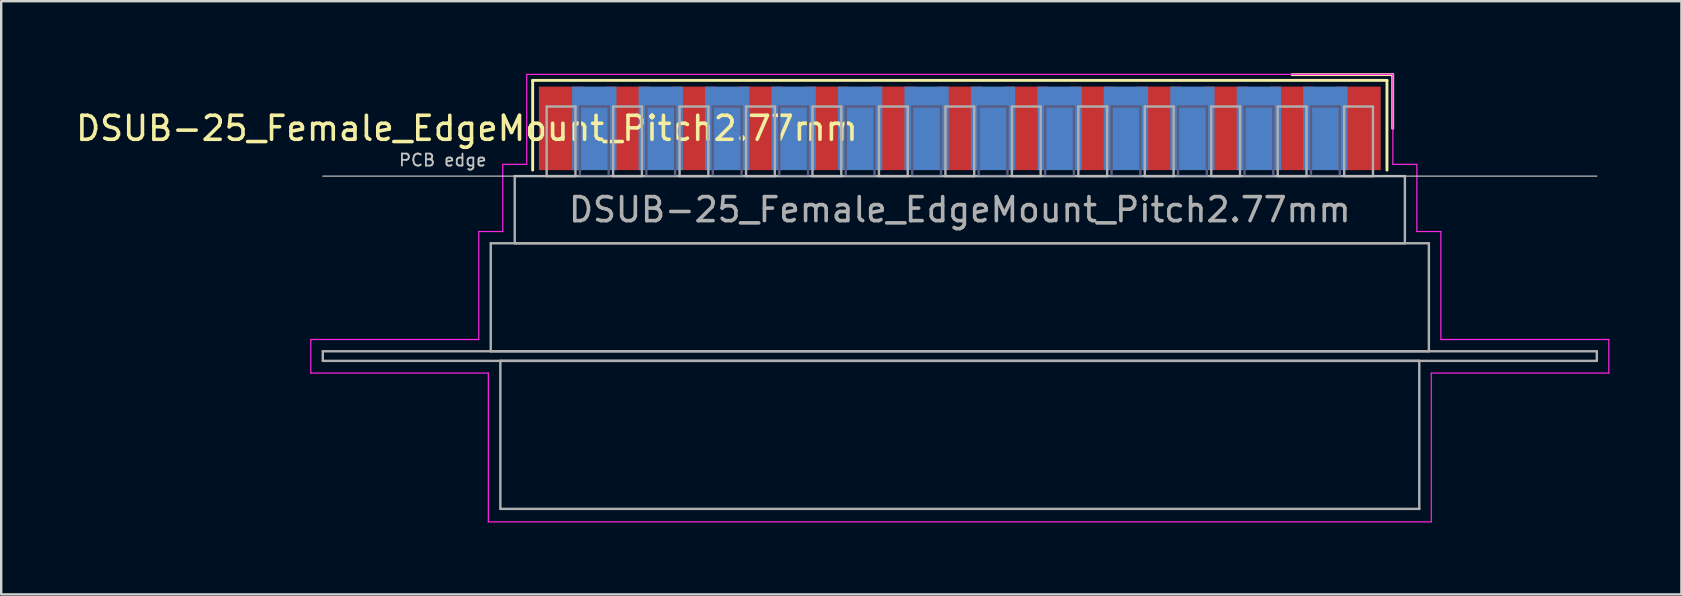
<source format=kicad_pcb>
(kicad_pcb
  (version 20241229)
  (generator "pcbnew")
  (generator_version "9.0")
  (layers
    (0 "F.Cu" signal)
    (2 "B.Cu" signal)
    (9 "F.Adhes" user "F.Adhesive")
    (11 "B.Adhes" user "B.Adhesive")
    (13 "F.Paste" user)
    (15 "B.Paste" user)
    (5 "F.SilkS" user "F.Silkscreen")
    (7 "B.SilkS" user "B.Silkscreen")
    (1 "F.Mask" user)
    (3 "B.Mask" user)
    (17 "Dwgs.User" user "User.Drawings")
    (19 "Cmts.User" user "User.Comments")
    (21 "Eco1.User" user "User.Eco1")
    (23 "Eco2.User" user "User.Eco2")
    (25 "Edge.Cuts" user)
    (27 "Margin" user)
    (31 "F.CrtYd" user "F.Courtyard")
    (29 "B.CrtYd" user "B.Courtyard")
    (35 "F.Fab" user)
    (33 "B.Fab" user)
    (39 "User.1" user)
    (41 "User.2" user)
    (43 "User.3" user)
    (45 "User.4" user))
  (footprint "DSUB-25_Female_EdgeMount_Pitch2.77mm"
    (layer "F.Cu")
    (at 36.954 2.3)
    (property "Reference" "DSUB-25_Female_EdgeMount_Pitch2.77mm" (at -20.543 0 0) (layer "F.SilkS") (effects (font (size 1 1) (thickness 0.15))))
    (attr smd)
    (fp_line (start -17.803 -2) (end -17.803 1.74) (stroke (width 0.12) (type solid)) (layer "F.SilkS"))
    (fp_line (start 17.803 -2) (end -17.803 -2) (stroke (width 0.12) (type solid)) (layer "F.SilkS"))
    (fp_line (start 17.803 1.74) (end 17.803 -2) (stroke (width 0.12) (type solid)) (layer "F.SilkS"))
    (fp_line (start 18.043 -2.24) (end 13.85 -2.24) (stroke (width 0.12) (type solid)) (layer "F.SilkS"))
    (fp_line (start 18.043 0) (end 18.043 -2.24) (stroke (width 0.12) (type solid)) (layer "F.SilkS"))
    (fp_line (start -26.55 1.99) (end 26.55 1.99) (stroke (width 0.05) (type solid)) (layer "Dwgs.User"))
    (fp_line (start -27.05 8.8) (end -20.05 8.8) (stroke (width 0.05) (type solid)) (layer "F.CrtYd"))
    (fp_line (start -27.05 10.2) (end -27.05 8.8) (stroke (width 0.05) (type solid)) (layer "F.CrtYd"))
    (fp_line (start -20.05 4.3) (end -19.05 4.3) (stroke (width 0.05) (type solid)) (layer "F.CrtYd"))
    (fp_line (start -20.05 8.8) (end -20.05 4.3) (stroke (width 0.05) (type solid)) (layer "F.CrtYd"))
    (fp_line (start -19.65 10.2) (end -27.05 10.2) (stroke (width 0.05) (type solid)) (layer "F.CrtYd"))
    (fp_line (start -19.65 16.4) (end -19.65 10.2) (stroke (width 0.05) (type solid)) (layer "F.CrtYd"))
    (fp_line (start -19.05 1.5) (end -18.05 1.5) (stroke (width 0.05) (type solid)) (layer "F.CrtYd"))
    (fp_line (start -19.05 4.3) (end -19.05 1.5) (stroke (width 0.05) (type solid)) (layer "F.CrtYd"))
    (fp_line (start -18.05 -2.25) (end 18.05 -2.25) (stroke (width 0.05) (type solid)) (layer "F.CrtYd"))
    (fp_line (start -18.05 1.5) (end -18.05 -2.25) (stroke (width 0.05) (type solid)) (layer "F.CrtYd"))
    (fp_line (start 18.05 -2.25) (end 18.05 1.5) (stroke (width 0.05) (type solid)) (layer "F.CrtYd"))
    (fp_line (start 18.05 1.5) (end 19.05 1.5) (stroke (width 0.05) (type solid)) (layer "F.CrtYd"))
    (fp_line (start 19.05 1.5) (end 19.05 4.3) (stroke (width 0.05) (type solid)) (layer "F.CrtYd"))
    (fp_line (start 19.05 4.3) (end 20.05 4.3) (stroke (width 0.05) (type solid)) (layer "F.CrtYd"))
    (fp_line (start 19.65 10.2) (end 19.65 16.4) (stroke (width 0.05) (type solid)) (layer "F.CrtYd"))
    (fp_line (start 19.65 16.4) (end -19.65 16.4) (stroke (width 0.05) (type solid)) (layer "F.CrtYd"))
    (fp_line (start 20.05 4.3) (end 20.05 8.8) (stroke (width 0.05) (type solid)) (layer "F.CrtYd"))
    (fp_line (start 20.05 8.8) (end 27.05 8.8) (stroke (width 0.05) (type solid)) (layer "F.CrtYd"))
    (fp_line (start 27.05 8.8) (end 27.05 10.2) (stroke (width 0.05) (type solid)) (layer "F.CrtYd"))
    (fp_line (start 27.05 10.2) (end 19.65 10.2) (stroke (width 0.05) (type solid)) (layer "F.CrtYd"))
    (fp_line (start -15.835 -0.91) (end -15.835 1.99) (stroke (width 0.1) (type solid)) (layer "B.Fab"))
    (fp_line (start -15.835 1.99) (end -14.635 1.99) (stroke (width 0.1) (type solid)) (layer "B.Fab"))
    (fp_line (start -14.635 -0.91) (end -15.835 -0.91) (stroke (width 0.1) (type solid)) (layer "B.Fab"))
    (fp_line (start -14.635 1.99) (end -14.635 -0.91) (stroke (width 0.1) (type solid)) (layer "B.Fab"))
    (fp_line (start -13.065 -0.91) (end -13.065 1.99) (stroke (width 0.1) (type solid)) (layer "B.Fab"))
    (fp_line (start -13.065 1.99) (end -11.865 1.99) (stroke (width 0.1) (type solid)) (layer "B.Fab"))
    (fp_line (start -11.865 -0.91) (end -13.065 -0.91) (stroke (width 0.1) (type solid)) (layer "B.Fab"))
    (fp_line (start -11.865 1.99) (end -11.865 -0.91) (stroke (width 0.1) (type solid)) (layer "B.Fab"))
    (fp_line (start -10.295 -0.91) (end -10.295 1.99) (stroke (width 0.1) (type solid)) (layer "B.Fab"))
    (fp_line (start -10.295 1.99) (end -9.095 1.99) (stroke (width 0.1) (type solid)) (layer "B.Fab"))
    (fp_line (start -9.095 -0.91) (end -10.295 -0.91) (stroke (width 0.1) (type solid)) (layer "B.Fab"))
    (fp_line (start -9.095 1.99) (end -9.095 -0.91) (stroke (width 0.1) (type solid)) (layer "B.Fab"))
    (fp_line (start -7.525 -0.91) (end -7.525 1.99) (stroke (width 0.1) (type solid)) (layer "B.Fab"))
    (fp_line (start -7.525 1.99) (end -6.325 1.99) (stroke (width 0.1) (type solid)) (layer "B.Fab"))
    (fp_line (start -6.325 -0.91) (end -7.525 -0.91) (stroke (width 0.1) (type solid)) (layer "B.Fab"))
    (fp_line (start -6.325 1.99) (end -6.325 -0.91) (stroke (width 0.1) (type solid)) (layer "B.Fab"))
    (fp_line (start -4.755 -0.91) (end -4.755 1.99) (stroke (width 0.1) (type solid)) (layer "B.Fab"))
    (fp_line (start -4.755 1.99) (end -3.555 1.99) (stroke (width 0.1) (type solid)) (layer "B.Fab"))
    (fp_line (start -3.555 -0.91) (end -4.755 -0.91) (stroke (width 0.1) (type solid)) (layer "B.Fab"))
    (fp_line (start -3.555 1.99) (end -3.555 -0.91) (stroke (width 0.1) (type solid)) (layer "B.Fab"))
    (fp_line (start -1.985 -0.91) (end -1.985 1.99) (stroke (width 0.1) (type solid)) (layer "B.Fab"))
    (fp_line (start -1.985 1.99) (end -0.785 1.99) (stroke (width 0.1) (type solid)) (layer "B.Fab"))
    (fp_line (start -0.785 -0.91) (end -1.985 -0.91) (stroke (width 0.1) (type solid)) (layer "B.Fab"))
    (fp_line (start -0.785 1.99) (end -0.785 -0.91) (stroke (width 0.1) (type solid)) (layer "B.Fab"))
    (fp_line (start 0.785 -0.91) (end 0.785 1.99) (stroke (width 0.1) (type solid)) (layer "B.Fab"))
    (fp_line (start 0.785 1.99) (end 1.985 1.99) (stroke (width 0.1) (type solid)) (layer "B.Fab"))
    (fp_line (start 1.985 -0.91) (end 0.785 -0.91) (stroke (width 0.1) (type solid)) (layer "B.Fab"))
    (fp_line (start 1.985 1.99) (end 1.985 -0.91) (stroke (width 0.1) (type solid)) (layer "B.Fab"))
    (fp_line (start 3.555 -0.91) (end 3.555 1.99) (stroke (width 0.1) (type solid)) (layer "B.Fab"))
    (fp_line (start 3.555 1.99) (end 4.755 1.99) (stroke (width 0.1) (type solid)) (layer "B.Fab"))
    (fp_line (start 4.755 -0.91) (end 3.555 -0.91) (stroke (width 0.1) (type solid)) (layer "B.Fab"))
    (fp_line (start 4.755 1.99) (end 4.755 -0.91) (stroke (width 0.1) (type solid)) (layer "B.Fab"))
    (fp_line (start 6.325 -0.91) (end 6.325 1.99) (stroke (width 0.1) (type solid)) (layer "B.Fab"))
    (fp_line (start 6.325 1.99) (end 7.525 1.99) (stroke (width 0.1) (type solid)) (layer "B.Fab"))
    (fp_line (start 7.525 -0.91) (end 6.325 -0.91) (stroke (width 0.1) (type solid)) (layer "B.Fab"))
    (fp_line (start 7.525 1.99) (end 7.525 -0.91) (stroke (width 0.1) (type solid)) (layer "B.Fab"))
    (fp_line (start 9.095 -0.91) (end 9.095 1.99) (stroke (width 0.1) (type solid)) (layer "B.Fab"))
    (fp_line (start 9.095 1.99) (end 10.295 1.99) (stroke (width 0.1) (type solid)) (layer "B.Fab"))
    (fp_line (start 10.295 -0.91) (end 9.095 -0.91) (stroke (width 0.1) (type solid)) (layer "B.Fab"))
    (fp_line (start 10.295 1.99) (end 10.295 -0.91) (stroke (width 0.1) (type solid)) (layer "B.Fab"))
    (fp_line (start 11.865 -0.91) (end 11.865 1.99) (stroke (width 0.1) (type solid)) (layer "B.Fab"))
    (fp_line (start 11.865 1.99) (end 13.065 1.99) (stroke (width 0.1) (type solid)) (layer "B.Fab"))
    (fp_line (start 13.065 -0.91) (end 11.865 -0.91) (stroke (width 0.1) (type solid)) (layer "B.Fab"))
    (fp_line (start 13.065 1.99) (end 13.065 -0.91) (stroke (width 0.1) (type solid)) (layer "B.Fab"))
    (fp_line (start 14.635 -0.91) (end 14.635 1.99) (stroke (width 0.1) (type solid)) (layer "B.Fab"))
    (fp_line (start 14.635 1.99) (end 15.835 1.99) (stroke (width 0.1) (type solid)) (layer "B.Fab"))
    (fp_line (start 15.835 -0.91) (end 14.635 -0.91) (stroke (width 0.1) (type solid)) (layer "B.Fab"))
    (fp_line (start 15.835 1.99) (end 15.835 -0.91) (stroke (width 0.1) (type solid)) (layer "B.Fab"))
    (fp_line (start -26.55 9.29) (end -26.55 9.69) (stroke (width 0.1) (type solid)) (layer "F.Fab"))
    (fp_line (start -26.55 9.69) (end 26.55 9.69) (stroke (width 0.1) (type solid)) (layer "F.Fab"))
    (fp_line (start -19.55 4.79) (end -19.55 9.29) (stroke (width 0.1) (type solid)) (layer "F.Fab"))
    (fp_line (start -19.55 9.29) (end 19.55 9.29) (stroke (width 0.1) (type solid)) (layer "F.Fab"))
    (fp_line (start -19.15 9.69) (end -19.15 15.86) (stroke (width 0.1) (type solid)) (layer "F.Fab"))
    (fp_line (start -19.15 15.86) (end 19.15 15.86) (stroke (width 0.1) (type solid)) (layer "F.Fab"))
    (fp_line (start -18.55 1.99) (end -18.55 4.79) (stroke (width 0.1) (type solid)) (layer "F.Fab"))
    (fp_line (start -18.55 4.79) (end 18.55 4.79) (stroke (width 0.1) (type solid)) (layer "F.Fab"))
    (fp_line (start -17.22 -0.91) (end -17.22 1.99) (stroke (width 0.1) (type solid)) (layer "F.Fab"))
    (fp_line (start -17.22 1.99) (end -16.02 1.99) (stroke (width 0.1) (type solid)) (layer "F.Fab"))
    (fp_line (start -16.02 -0.91) (end -17.22 -0.91) (stroke (width 0.1) (type solid)) (layer "F.Fab"))
    (fp_line (start -16.02 1.99) (end -16.02 -0.91) (stroke (width 0.1) (type solid)) (layer "F.Fab"))
    (fp_line (start -14.45 -0.91) (end -14.45 1.99) (stroke (width 0.1) (type solid)) (layer "F.Fab"))
    (fp_line (start -14.45 1.99) (end -13.25 1.99) (stroke (width 0.1) (type solid)) (layer "F.Fab"))
    (fp_line (start -13.25 -0.91) (end -14.45 -0.91) (stroke (width 0.1) (type solid)) (layer "F.Fab"))
    (fp_line (start -13.25 1.99) (end -13.25 -0.91) (stroke (width 0.1) (type solid)) (layer "F.Fab"))
    (fp_line (start -11.68 -0.91) (end -11.68 1.99) (stroke (width 0.1) (type solid)) (layer "F.Fab"))
    (fp_line (start -11.68 1.99) (end -10.48 1.99) (stroke (width 0.1) (type solid)) (layer "F.Fab"))
    (fp_line (start -10.48 -0.91) (end -11.68 -0.91) (stroke (width 0.1) (type solid)) (layer "F.Fab"))
    (fp_line (start -10.48 1.99) (end -10.48 -0.91) (stroke (width 0.1) (type solid)) (layer "F.Fab"))
    (fp_line (start -8.91 -0.91) (end -8.91 1.99) (stroke (width 0.1) (type solid)) (layer "F.Fab"))
    (fp_line (start -8.91 1.99) (end -7.71 1.99) (stroke (width 0.1) (type solid)) (layer "F.Fab"))
    (fp_line (start -7.71 -0.91) (end -8.91 -0.91) (stroke (width 0.1) (type solid)) (layer "F.Fab"))
    (fp_line (start -7.71 1.99) (end -7.71 -0.91) (stroke (width 0.1) (type solid)) (layer "F.Fab"))
    (fp_line (start -6.14 -0.91) (end -6.14 1.99) (stroke (width 0.1) (type solid)) (layer "F.Fab"))
    (fp_line (start -6.14 1.99) (end -4.94 1.99) (stroke (width 0.1) (type solid)) (layer "F.Fab"))
    (fp_line (start -4.94 -0.91) (end -6.14 -0.91) (stroke (width 0.1) (type solid)) (layer "F.Fab"))
    (fp_line (start -4.94 1.99) (end -4.94 -0.91) (stroke (width 0.1) (type solid)) (layer "F.Fab"))
    (fp_line (start -3.37 -0.91) (end -3.37 1.99) (stroke (width 0.1) (type solid)) (layer "F.Fab"))
    (fp_line (start -3.37 1.99) (end -2.17 1.99) (stroke (width 0.1) (type solid)) (layer "F.Fab"))
    (fp_line (start -2.17 -0.91) (end -3.37 -0.91) (stroke (width 0.1) (type solid)) (layer "F.Fab"))
    (fp_line (start -2.17 1.99) (end -2.17 -0.91) (stroke (width 0.1) (type solid)) (layer "F.Fab"))
    (fp_line (start -0.6 -0.91) (end -0.6 1.99) (stroke (width 0.1) (type solid)) (layer "F.Fab"))
    (fp_line (start -0.6 1.99) (end 0.6 1.99) (stroke (width 0.1) (type solid)) (layer "F.Fab"))
    (fp_line (start 0.6 -0.91) (end -0.6 -0.91) (stroke (width 0.1) (type solid)) (layer "F.Fab"))
    (fp_line (start 0.6 1.99) (end 0.6 -0.91) (stroke (width 0.1) (type solid)) (layer "F.Fab"))
    (fp_line (start 2.17 -0.91) (end 2.17 1.99) (stroke (width 0.1) (type solid)) (layer "F.Fab"))
    (fp_line (start 2.17 1.99) (end 3.37 1.99) (stroke (width 0.1) (type solid)) (layer "F.Fab"))
    (fp_line (start 3.37 -0.91) (end 2.17 -0.91) (stroke (width 0.1) (type solid)) (layer "F.Fab"))
    (fp_line (start 3.37 1.99) (end 3.37 -0.91) (stroke (width 0.1) (type solid)) (layer "F.Fab"))
    (fp_line (start 4.94 -0.91) (end 4.94 1.99) (stroke (width 0.1) (type solid)) (layer "F.Fab"))
    (fp_line (start 4.94 1.99) (end 6.14 1.99) (stroke (width 0.1) (type solid)) (layer "F.Fab"))
    (fp_line (start 6.14 -0.91) (end 4.94 -0.91) (stroke (width 0.1) (type solid)) (layer "F.Fab"))
    (fp_line (start 6.14 1.99) (end 6.14 -0.91) (stroke (width 0.1) (type solid)) (layer "F.Fab"))
    (fp_line (start 7.71 -0.91) (end 7.71 1.99) (stroke (width 0.1) (type solid)) (layer "F.Fab"))
    (fp_line (start 7.71 1.99) (end 8.91 1.99) (stroke (width 0.1) (type solid)) (layer "F.Fab"))
    (fp_line (start 8.91 -0.91) (end 7.71 -0.91) (stroke (width 0.1) (type solid)) (layer "F.Fab"))
    (fp_line (start 8.91 1.99) (end 8.91 -0.91) (stroke (width 0.1) (type solid)) (layer "F.Fab"))
    (fp_line (start 10.48 -0.91) (end 10.48 1.99) (stroke (width 0.1) (type solid)) (layer "F.Fab"))
    (fp_line (start 10.48 1.99) (end 11.68 1.99) (stroke (width 0.1) (type solid)) (layer "F.Fab"))
    (fp_line (start 11.68 -0.91) (end 10.48 -0.91) (stroke (width 0.1) (type solid)) (layer "F.Fab"))
    (fp_line (start 11.68 1.99) (end 11.68 -0.91) (stroke (width 0.1) (type solid)) (layer "F.Fab"))
    (fp_line (start 13.25 -0.91) (end 13.25 1.99) (stroke (width 0.1) (type solid)) (layer "F.Fab"))
    (fp_line (start 13.25 1.99) (end 14.45 1.99) (stroke (width 0.1) (type solid)) (layer "F.Fab"))
    (fp_line (start 14.45 -0.91) (end 13.25 -0.91) (stroke (width 0.1) (type solid)) (layer "F.Fab"))
    (fp_line (start 14.45 1.99) (end 14.45 -0.91) (stroke (width 0.1) (type solid)) (layer "F.Fab"))
    (fp_line (start 16.02 -0.91) (end 16.02 1.99) (stroke (width 0.1) (type solid)) (layer "F.Fab"))
    (fp_line (start 16.02 1.99) (end 17.22 1.99) (stroke (width 0.1) (type solid)) (layer "F.Fab"))
    (fp_line (start 17.22 -0.91) (end 16.02 -0.91) (stroke (width 0.1) (type solid)) (layer "F.Fab"))
    (fp_line (start 17.22 1.99) (end 17.22 -0.91) (stroke (width 0.1) (type solid)) (layer "F.Fab"))
    (fp_line (start 18.55 1.99) (end -18.55 1.99) (stroke (width 0.1) (type solid)) (layer "F.Fab"))
    (fp_line (start 18.55 4.79) (end 18.55 1.99) (stroke (width 0.1) (type solid)) (layer "F.Fab"))
    (fp_line (start 19.15 9.69) (end -19.15 9.69) (stroke (width 0.1) (type solid)) (layer "F.Fab"))
    (fp_line (start 19.15 15.86) (end 19.15 9.69) (stroke (width 0.1) (type solid)) (layer "F.Fab"))
    (fp_line (start 19.55 4.79) (end -19.55 4.79) (stroke (width 0.1) (type solid)) (layer "F.Fab"))
    (fp_line (start 19.55 9.29) (end 19.55 4.79) (stroke (width 0.1) (type solid)) (layer "F.Fab"))
    (fp_line (start 26.55 9.29) (end -26.55 9.29) (stroke (width 0.1) (type solid)) (layer "F.Fab"))
    (fp_line (start 26.55 9.69) (end 26.55 9.29) (stroke (width 0.1) (type solid)) (layer "F.Fab"))
    (fp_text user "PCB edge" (at -21.55 1.323 0) (layer "Dwgs.User") (effects (font (size 0.5 0.5) (thickness 0.075))))
    (fp_text user "${REFERENCE}" (at 0 3.39 0) (layer "F.Fab") (effects (font (size 1 1) (thickness 0.15))))
    (pad "1" smd rect (at 16.62 0) (size 1.847 3.48) (layers "F.Cu" "F.Mask" "F.Paste"))
    (pad "2" smd rect (at 13.85 0) (size 1.847 3.48) (layers "F.Cu" "F.Mask" "F.Paste"))
    (pad "3" smd rect (at 11.08 0) (size 1.847 3.48) (layers "F.Cu" "F.Mask" "F.Paste"))
    (pad "4" smd rect (at 8.31 0) (size 1.847 3.48) (layers "F.Cu" "F.Mask" "F.Paste"))
    (pad "5" smd rect (at 5.54 0) (size 1.847 3.48) (layers "F.Cu" "F.Mask" "F.Paste"))
    (pad "6" smd rect (at 2.77 0) (size 1.847 3.48) (layers "F.Cu" "F.Mask" "F.Paste"))
    (pad "7" smd rect (at 0 0) (size 1.847 3.48) (layers "F.Cu" "F.Mask" "F.Paste"))
    (pad "8" smd rect (at -2.77 0) (size 1.847 3.48) (layers "F.Cu" "F.Mask" "F.Paste"))
    (pad "9" smd rect (at -5.54 0) (size 1.847 3.48) (layers "F.Cu" "F.Mask" "F.Paste"))
    (pad "10" smd rect (at -8.31 0) (size 1.847 3.48) (layers "F.Cu" "F.Mask" "F.Paste"))
    (pad "11" smd rect (at -11.08 0) (size 1.847 3.48) (layers "F.Cu" "F.Mask" "F.Paste"))
    (pad "12" smd rect (at -13.85 0) (size 1.847 3.48) (layers "F.Cu" "F.Mask" "F.Paste"))
    (pad "13" smd rect (at -16.62 0) (size 1.847 3.48) (layers "F.Cu" "F.Mask" "F.Paste"))
    (pad "14" smd rect (at 15.235 0) (size 1.847 3.48) (layers "B.Cu" "B.Mask" "B.Paste"))
    (pad "15" smd rect (at 12.465 0) (size 1.847 3.48) (layers "B.Cu" "B.Mask" "B.Paste"))
    (pad "16" smd rect (at 9.695 0) (size 1.847 3.48) (layers "B.Cu" "B.Mask" "B.Paste"))
    (pad "17" smd rect (at 6.925 0) (size 1.847 3.48) (layers "B.Cu" "B.Mask" "B.Paste"))
    (pad "18" smd rect (at 4.155 0) (size 1.847 3.48) (layers "B.Cu" "B.Mask" "B.Paste"))
    (pad "19" smd rect (at 1.385 0) (size 1.847 3.48) (layers "B.Cu" "B.Mask" "B.Paste"))
    (pad "20" smd rect (at -1.385 0) (size 1.847 3.48) (layers "B.Cu" "B.Mask" "B.Paste"))
    (pad "21" smd rect (at -4.155 0) (size 1.847 3.48) (layers "B.Cu" "B.Mask" "B.Paste"))
    (pad "22" smd rect (at -6.925 0) (size 1.847 3.48) (layers "B.Cu" "B.Mask" "B.Paste"))
    (pad "23" smd rect (at -9.695 0) (size 1.847 3.48) (layers "B.Cu" "B.Mask" "B.Paste"))
    (pad "24" smd rect (at -12.465 0) (size 1.847 3.48) (layers "B.Cu" "B.Mask" "B.Paste"))
    (pad "25" smd rect (at -15.235 0) (size 1.847 3.48) (layers "B.Cu" "B.Mask" "B.Paste")))
  (gr_rect
    (start -3 -3)
    (end 67.029 21.725)
    (stroke (width 0.1) (type default))
    (fill no)
    (layer "Edge.Cuts")))
</source>
